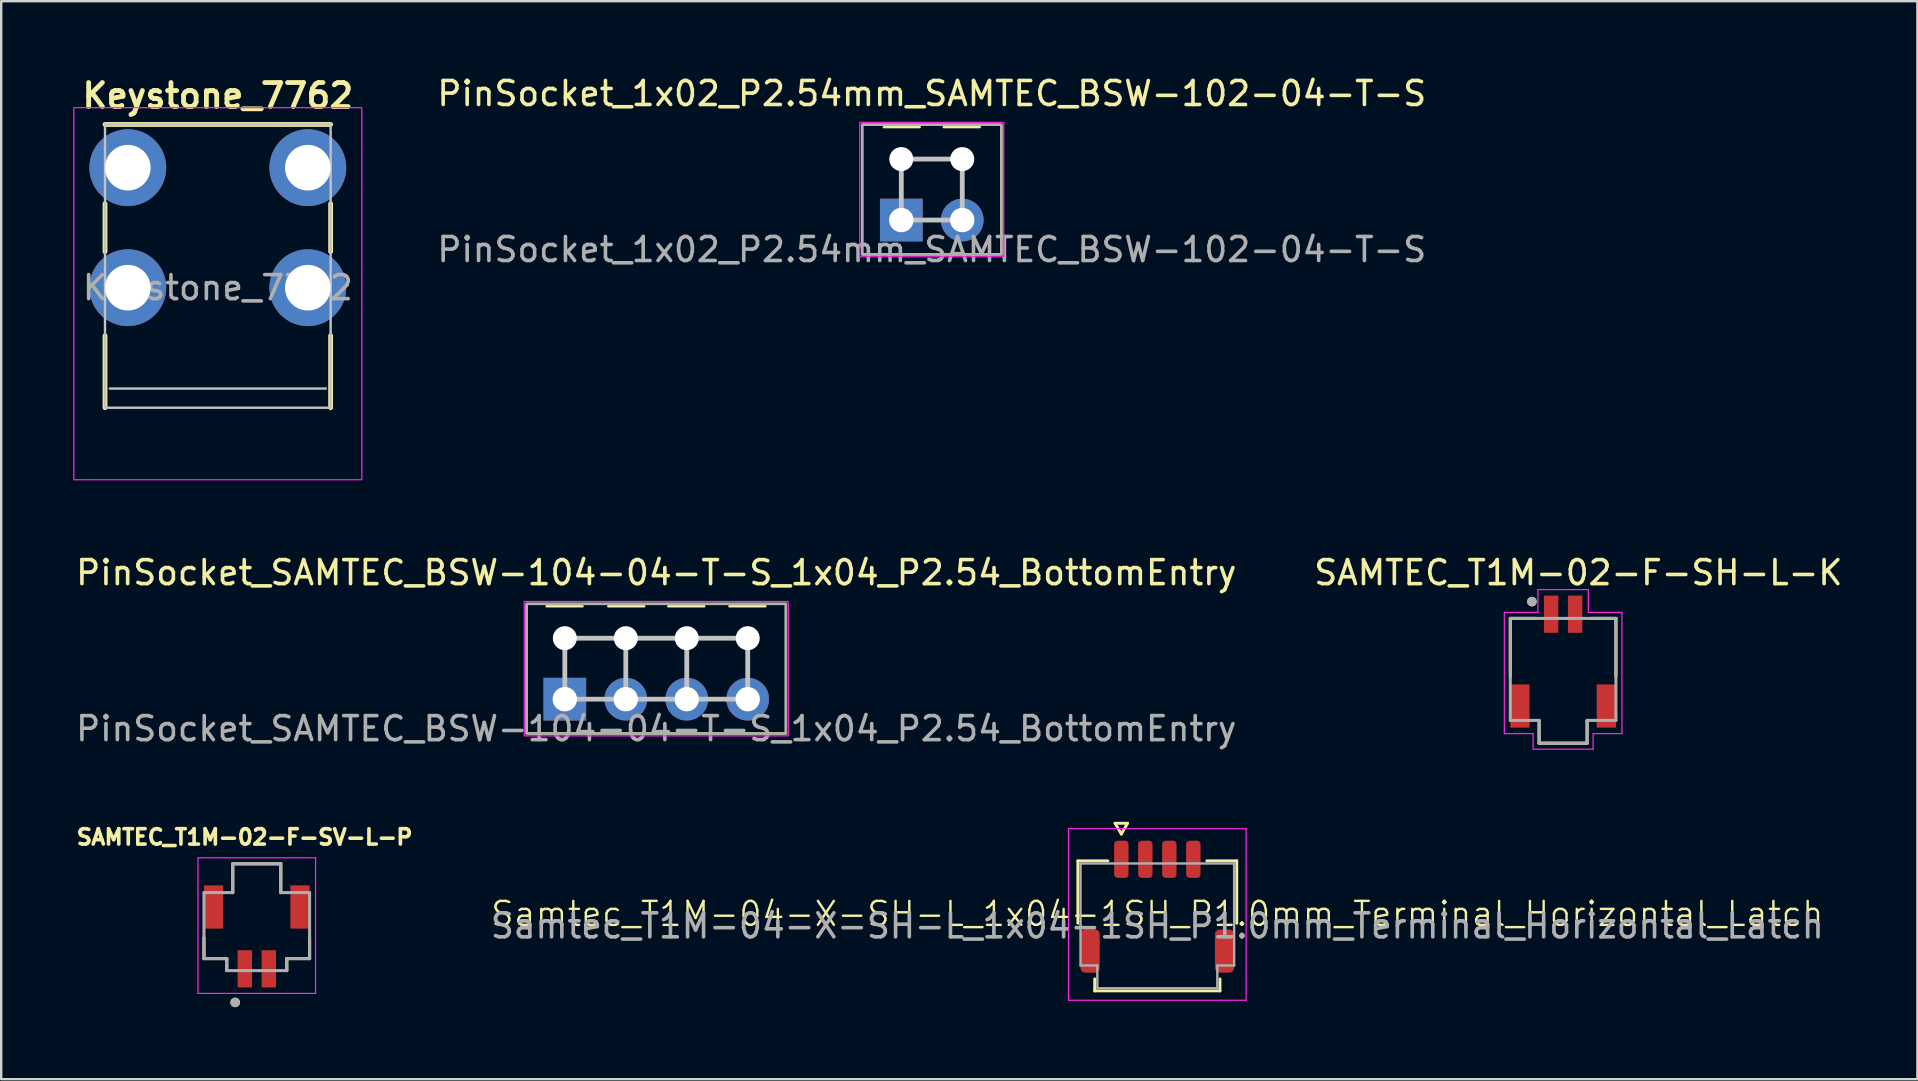
<source format=kicad_pcb>
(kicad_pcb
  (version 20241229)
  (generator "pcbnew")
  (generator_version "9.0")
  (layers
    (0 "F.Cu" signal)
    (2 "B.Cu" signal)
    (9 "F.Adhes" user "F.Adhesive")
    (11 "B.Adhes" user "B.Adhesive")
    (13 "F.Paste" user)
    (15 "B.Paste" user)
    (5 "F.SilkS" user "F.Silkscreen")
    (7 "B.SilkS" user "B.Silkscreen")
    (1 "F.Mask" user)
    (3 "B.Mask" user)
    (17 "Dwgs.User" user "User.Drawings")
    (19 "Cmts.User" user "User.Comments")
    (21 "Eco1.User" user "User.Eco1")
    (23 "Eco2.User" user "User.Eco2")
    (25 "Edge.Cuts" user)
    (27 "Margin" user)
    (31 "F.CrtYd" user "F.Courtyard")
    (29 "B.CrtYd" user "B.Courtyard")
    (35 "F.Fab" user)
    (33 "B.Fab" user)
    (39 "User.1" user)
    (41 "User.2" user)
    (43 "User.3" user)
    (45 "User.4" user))
  (footprint "PinSocket_SAMTEC_BSW-104-04-T-S_1x04_P2.54_BottomEntry"
    (layer "F.Cu")
    (at 24.292 24.809)
    (property "Reference" "PinSocket_SAMTEC_BSW-104-04-T-S_1x04_P2.54_BottomEntry" (at 0 -4 0) (unlocked yes) (layer "F.SilkS") (effects (font (size 1 1) (thickness 0.15))))
    (attr smd)
    (fp_line (start 0.5 -2.6) (end 2 -2.6) (stroke (width 0.1) (type default)) (layer "F.SilkS"))
    (fp_rect (start -5.4 -2.7) (end 5.4 2.7) (stroke (width 0.1) (type default)) (fill no) (layer "F.SilkS"))
    (fp_rect (start -4.572 -2.6) (end -3.072 -2.6) (stroke (width 0.1) (type default)) (fill no) (layer "F.SilkS"))
    (fp_rect (start -2 -2.6) (end -0.5 -2.6) (stroke (width 0.1) (type default)) (fill no) (layer "F.SilkS"))
    (fp_rect (start 3.05 -2.6) (end 4.55 -2.6) (stroke (width 0.1) (type default)) (fill no) (layer "F.SilkS"))
    (fp_line (start -3.81 -1.27) (end -1.27 -1.27) (stroke (width 0.2) (type default)) (layer "Dwgs.User"))
    (fp_line (start -3.81 1.27) (end -3.81 -1.27) (stroke (width 0.2) (type default)) (layer "Dwgs.User"))
    (fp_line (start -3.81 1.27) (end -1.27 1.27) (stroke (width 0.2) (type default)) (layer "Dwgs.User"))
    (fp_line (start -1.27 -1.27) (end 1.27 -1.27) (stroke (width 0.2) (type default)) (layer "Dwgs.User"))
    (fp_line (start -1.27 1.27) (end -1.27 -1.27) (stroke (width 0.2) (type default)) (layer "Dwgs.User"))
    (fp_line (start 1.27 -1.27) (end 1.27 1.27) (stroke (width 0.2) (type default)) (layer "Dwgs.User"))
    (fp_line (start 1.27 -1.27) (end 3.81 -1.27) (stroke (width 0.2) (type default)) (layer "Dwgs.User"))
    (fp_line (start 1.27 1.27) (end -1.27 1.27) (stroke (width 0.2) (type default)) (layer "Dwgs.User"))
    (fp_line (start 1.27 1.27) (end 3.81 1.27) (stroke (width 0.2) (type default)) (layer "Dwgs.User"))
    (fp_line (start 3.81 -1.27) (end 3.81 1.27) (stroke (width 0.2) (type default)) (layer "Dwgs.User"))
    (fp_rect (start -5.5 -2.8) (end 5.5 2.8) (stroke (width 0.05) (type default)) (fill no) (layer "F.CrtYd"))
    (fp_rect (start -5.4 -2.7) (end 5.4 2.7) (stroke (width 0.1) (type default)) (fill no) (layer "F.Fab"))
    (fp_text user "${REFERENCE}" (at 0 2.5 0) (unlocked yes) (layer "F.Fab") (effects (font (size 1 1) (thickness 0.15))))
    (pad "" np_thru_hole circle (at -3.81 -1.27) (size 1 1) (drill 1.3) (layers "*.Cu" "*.Mask"))
    (pad "" np_thru_hole circle (at -1.27 -1.27) (size 1 1) (drill 1.3) (layers "*.Cu" "*.Mask"))
    (pad "" np_thru_hole circle (at 1.27 -1.27) (size 1 1) (drill 1.3) (layers "*.Cu" "*.Mask"))
    (pad "" np_thru_hole circle (at 3.81 -1.27) (size 1 1) (drill 1.3) (layers "*.Cu" "*.Mask"))
    (pad "1" thru_hole rect (at -3.81 1.27) (size 1.778 1.778) (drill 1.016) (layers "*.Cu" "F.Mask" "F.Paste"))
    (pad "2" thru_hole circle (at -1.27 1.27) (size 1.778 1.778) (drill 1.016) (layers "*.Cu" "F.Mask" "F.Paste"))
    (pad "3" thru_hole circle (at 1.27 1.27) (size 1.778 1.778) (drill 1.016) (layers "*.Cu" "F.Mask" "F.Paste"))
    (pad "4" thru_hole circle (at 3.81 1.27) (size 1.778 1.778) (drill 1.016) (layers "*.Cu" "F.Mask" "F.Paste")))
  (footprint "SAMTEC_T1M-02-F-SH-L-K"
    (layer "F.Cu")
    (at 62.073 22.714)
    (property "Reference" "SAMTEC_T1M-02-F-SH-L-K" (at 0.635 -1.905 0) (layer "F.SilkS") (effects (font (size 1 1) (thickness 0.15))))
    (attr smd)
    (fp_line (start -2.2 0) (end -2.2 2.4) (stroke (width 0.127) (type solid)) (layer "F.SilkS"))
    (fp_line (start -1.15 0) (end -2.2 0) (stroke (width 0.127) (type solid)) (layer "F.SilkS"))
    (fp_line (start -1 4.25) (end -1 5.2) (stroke (width 0.127) (type solid)) (layer "F.SilkS"))
    (fp_line (start -1 5.2) (end 1 5.2) (stroke (width 0.127) (type solid)) (layer "F.SilkS"))
    (fp_line (start 1 5.2) (end 1 4.25) (stroke (width 0.127) (type solid)) (layer "F.SilkS"))
    (fp_line (start 1.15 0) (end 2.2 0) (stroke (width 0.127) (type solid)) (layer "F.SilkS"))
    (fp_line (start 2.2 0) (end 2.2 2.4) (stroke (width 0.127) (type solid)) (layer "F.SilkS"))
    (fp_circle (center -1.3 -0.7) (end -1.2 -0.7) (stroke (width 0.2) (type solid)) (fill no) (layer "F.SilkS"))
    (fp_line (start -2.45 -0.25) (end -1.05 -0.25) (stroke (width 0.05) (type solid)) (layer "F.CrtYd"))
    (fp_line (start -2.45 4.8) (end -2.45 -0.25) (stroke (width 0.05) (type solid)) (layer "F.CrtYd"))
    (fp_line (start -1.25 4.8) (end -2.45 4.8) (stroke (width 0.05) (type solid)) (layer "F.CrtYd"))
    (fp_line (start -1.25 5.45) (end -1.25 4.8) (stroke (width 0.05) (type solid)) (layer "F.CrtYd"))
    (fp_line (start -1.05 -1.2) (end 1.05 -1.2) (stroke (width 0.05) (type solid)) (layer "F.CrtYd"))
    (fp_line (start -1.05 -0.25) (end -1.05 -1.2) (stroke (width 0.05) (type solid)) (layer "F.CrtYd"))
    (fp_line (start 1.05 -1.2) (end 1.05 -0.25) (stroke (width 0.05) (type solid)) (layer "F.CrtYd"))
    (fp_line (start 1.05 -0.25) (end 2.45 -0.25) (stroke (width 0.05) (type solid)) (layer "F.CrtYd"))
    (fp_line (start 1.25 4.8) (end 1.25 5.45) (stroke (width 0.05) (type solid)) (layer "F.CrtYd"))
    (fp_line (start 1.25 5.45) (end -1.25 5.45) (stroke (width 0.05) (type solid)) (layer "F.CrtYd"))
    (fp_line (start 2.45 -0.25) (end 2.45 4.8) (stroke (width 0.05) (type solid)) (layer "F.CrtYd"))
    (fp_line (start 2.45 4.8) (end 1.25 4.8) (stroke (width 0.05) (type solid)) (layer "F.CrtYd"))
    (fp_line (start -2.2 0) (end 2.2 0) (stroke (width 0.127) (type solid)) (layer "F.Fab"))
    (fp_line (start -2.2 4.25) (end -2.2 0) (stroke (width 0.127) (type solid)) (layer "F.Fab"))
    (fp_line (start -1 4.25) (end -2.2 4.25) (stroke (width 0.127) (type solid)) (layer "F.Fab"))
    (fp_line (start -1 4.25) (end -1 5.2) (stroke (width 0.127) (type solid)) (layer "F.Fab"))
    (fp_line (start -1 5.2) (end 1 5.2) (stroke (width 0.127) (type solid)) (layer "F.Fab"))
    (fp_line (start 1 5.2) (end 1 4.25) (stroke (width 0.127) (type solid)) (layer "F.Fab"))
    (fp_line (start 2.2 0) (end 2.2 4.25) (stroke (width 0.127) (type solid)) (layer "F.Fab"))
    (fp_line (start 2.2 4.25) (end 1 4.25) (stroke (width 0.127) (type solid)) (layer "F.Fab"))
    (fp_circle (center -1.3 -0.7) (end -1.2 -0.7) (stroke (width 0.2) (type solid)) (fill no) (layer "F.Fab"))
    (pad "1" smd rect (at -0.5 -0.175) (size 0.6 1.55) (layers "F.Cu" "F.Mask" "F.Paste"))
    (pad "2" smd rect (at 0.5 -0.175) (size 0.6 1.55) (layers "F.Cu" "F.Mask" "F.Paste"))
    (pad "SH" smd rect (at -1.8 3.65) (size 0.8 1.8) (layers "F.Cu" "F.Mask" "F.Paste"))
    (pad "SH" smd rect (at 1.8 3.65) (size 0.8 1.8) (layers "F.Cu" "F.Mask" "F.Paste")))
  (footprint "Keystone_7762"
    (layer "F.Cu")
    (at 6.025 6.436)
    (property "Reference" "Keystone_7762" (at 0 -5.5 0) (unlocked yes) (layer "F.SilkS") (effects (font (size 1 1) (thickness 0.2) (bold yes))))
    (attr through_hole)
    (fp_line (start -4.7 -4.3) (end 4.7 -4.3) (stroke (width 0.2) (type default)) (layer "F.SilkS"))
    (fp_line (start -4.7 -1) (end -4.7 1) (stroke (width 0.2) (type default)) (layer "F.SilkS"))
    (fp_line (start -4.7 4.5) (end -4.7 7.5) (stroke (width 0.2) (type default)) (layer "F.SilkS"))
    (fp_line (start 4.7 -1) (end 4.7 1) (stroke (width 0.2) (type default)) (layer "F.SilkS"))
    (fp_line (start 4.7 4.5) (end 4.7 7.5) (stroke (width 0.2) (type default)) (layer "F.SilkS"))
    (fp_line (start -4.5 6.7) (end 4.5 6.7) (stroke (width 0.1) (type default)) (layer "Dwgs.User"))
    (fp_rect (start -4.7 -4.3) (end 4.7 7.5) (stroke (width 0.1) (type default)) (fill no) (layer "Dwgs.User"))
    (fp_rect (start -6 -5) (end 6 10.5) (stroke (width 0.05) (type default)) (fill no) (layer "F.CrtYd"))
    (fp_text user "${REFERENCE}" (at 0 2.5 0) (unlocked yes) (layer "F.Fab") (effects (font (size 1 1) (thickness 0.15))))
    (pad "1" thru_hole circle (at -3.75 -2.5) (size 3.2 3.2) (drill 1.9) (layers "*.Cu" "*.Mask"))
    (pad "1" thru_hole circle (at -3.75 2.5) (size 3.2 3.2) (drill 1.9) (layers "*.Cu" "*.Mask"))
    (pad "1" thru_hole circle (at 3.75 -2.5) (size 3.2 3.2) (drill 1.9) (layers "*.Cu" "*.Mask"))
    (pad "1" thru_hole circle (at 3.75 2.5) (size 3.2 3.2) (drill 1.9) (layers "*.Cu" "*.Mask")))
  (footprint "PinSocket_1x02_P2.54mm_SAMTEC_BSW-102-04-T-S"
    (layer "F.Cu")
    (at 35.77 4.848)
    (property "Reference" "PinSocket_1x02_P2.54mm_SAMTEC_BSW-102-04-T-S" (at 0 -4 0) (unlocked yes) (layer "F.SilkS") (effects (font (size 1 1) (thickness 0.15))))
    (attr smd)
    (fp_line (start 0.5 -2.6) (end 2 -2.6) (stroke (width 0.1) (type default)) (layer "F.SilkS"))
    (fp_rect (start -2.9 -2.7) (end 2.9 2.7) (stroke (width 0.1) (type default)) (fill no) (layer "F.SilkS"))
    (fp_rect (start -2 -2.6) (end -0.5 -2.6) (stroke (width 0.1) (type default)) (fill no) (layer "F.SilkS"))
    (fp_line (start -1.27 -1.27) (end 1.27 -1.27) (stroke (width 0.2) (type default)) (layer "Dwgs.User"))
    (fp_line (start -1.27 1.27) (end -1.27 -1.27) (stroke (width 0.2) (type default)) (layer "Dwgs.User"))
    (fp_line (start 1.27 -1.27) (end 1.27 1.27) (stroke (width 0.2) (type default)) (layer "Dwgs.User"))
    (fp_line (start 1.27 1.27) (end -1.27 1.27) (stroke (width 0.2) (type default)) (layer "Dwgs.User"))
    (fp_rect (start -3 -2.8) (end 3 2.8) (stroke (width 0.05) (type default)) (fill no) (layer "F.CrtYd"))
    (fp_rect (start -2.9 -2.7) (end 2.9 2.7) (stroke (width 0.1) (type default)) (fill no) (layer "F.Fab"))
    (fp_text user "${REFERENCE}" (at 0 2.5 0) (unlocked yes) (layer "F.Fab") (effects (font (size 1 1) (thickness 0.15))))
    (pad "" np_thru_hole circle (at -1.27 -1.27) (size 1 1) (drill 1.3) (layers "*.Cu" "*.Mask"))
    (pad "" np_thru_hole circle (at 1.27 -1.27) (size 1 1) (drill 1.3) (layers "*.Cu" "*.Mask"))
    (pad "1" thru_hole rect (at -1.27 1.27) (size 1.778 1.778) (drill 1.016) (layers "*.Cu" "F.Mask" "F.Paste"))
    (pad "2" thru_hole circle (at 1.27 1.27) (size 1.778 1.778) (drill 1.016) (layers "*.Cu" "F.Mask" "F.Paste")))
  (footprint "Samtec_T1M-04-X-SH-L_1x04-1SH_P1.0mm_Terminal_Horizontal_Latch"
    (layer "F.Cu")
    (at 45.167 35.524)
    (property "Reference" "Samtec_T1M-04-X-SH-L_1x04-1SH_P1.0mm_Terminal_Horizontal_Latch" (at 0 -0.5 0) (unlocked yes) (layer "F.SilkS") (effects (font (size 1 1) (thickness 0.1))))
    (attr smd)
    (fp_line (start -3.31 -2.71) (end -2.06 -2.71) (stroke (width 0.12) (type solid)) (layer "F.SilkS"))
    (fp_line (start -3.31 -0.11) (end -3.31 -2.71) (stroke (width 0.12) (type solid)) (layer "F.SilkS"))
    (fp_line (start -2.61 2.71) (end -2.61 2.21) (stroke (width 0.12) (type solid)) (layer "F.SilkS"))
    (fp_line (start -1.76 -4.275) (end -1.5 -3.825) (stroke (width 0.12) (type solid)) (layer "F.SilkS"))
    (fp_line (start -1.5 -3.825) (end -1.24 -4.275) (stroke (width 0.12) (type solid)) (layer "F.SilkS"))
    (fp_line (start -1.24 -4.275) (end -1.76 -4.275) (stroke (width 0.12) (type solid)) (layer "F.SilkS"))
    (fp_line (start 2.06 -2.71) (end 3.31 -2.71) (stroke (width 0.12) (type solid)) (layer "F.SilkS"))
    (fp_line (start 2.61 2.21) (end 2.61 2.71) (stroke (width 0.12) (type solid)) (layer "F.SilkS"))
    (fp_line (start 2.61 2.71) (end -2.61 2.71) (stroke (width 0.12) (type solid)) (layer "F.SilkS"))
    (fp_line (start 3.31 -2.71) (end 3.31 -0.11) (stroke (width 0.12) (type solid)) (layer "F.SilkS"))
    (fp_line (start -3.7 -4.05) (end -3.7 3.1) (stroke (width 0.05) (type solid)) (layer "F.CrtYd"))
    (fp_line (start -3.7 3.1) (end 3.7 3.1) (stroke (width 0.05) (type solid)) (layer "F.CrtYd"))
    (fp_line (start 3.7 -4.05) (end -3.7 -4.05) (stroke (width 0.05) (type solid)) (layer "F.CrtYd"))
    (fp_line (start 3.7 3.1) (end 3.7 -4.05) (stroke (width 0.05) (type solid)) (layer "F.CrtYd"))
    (fp_line (start -3.2 -2.6) (end 3.2 -2.6) (stroke (width 0.1) (type solid)) (layer "F.Fab"))
    (fp_line (start -3.2 1.65) (end -3.2 -2.6) (stroke (width 0.1) (type solid)) (layer "F.Fab"))
    (fp_line (start -2.5 1.65) (end -3.2 1.65) (stroke (width 0.1) (type solid)) (layer "F.Fab"))
    (fp_line (start -2.5 2.6) (end -2.5 1.65) (stroke (width 0.1) (type solid)) (layer "F.Fab"))
    (fp_line (start 2.5 1.65) (end 2.5 2.6) (stroke (width 0.1) (type solid)) (layer "F.Fab"))
    (fp_line (start 2.5 2.6) (end -2.5 2.6) (stroke (width 0.1) (type solid)) (layer "F.Fab"))
    (fp_line (start 3.2 -2.6) (end 3.2 1.65) (stroke (width 0.1) (type solid)) (layer "F.Fab"))
    (fp_line (start 3.2 1.65) (end 2.5 1.65) (stroke (width 0.1) (type solid)) (layer "F.Fab"))
    (fp_text user "${REFERENCE}" (at 0 0 0) (layer "F.Fab") (effects (font (size 1 1) (thickness 0.15))))
    (pad "1" smd roundrect (at -1.5 -2.775) (size 0.6 1.55) (layers "F.Cu" "F.Mask" "F.Paste") (roundrect_rratio 0.25))
    (pad "2" smd roundrect (at -0.5 -2.775) (size 0.6 1.55) (layers "F.Cu" "F.Mask" "F.Paste") (roundrect_rratio 0.25))
    (pad "3" smd roundrect (at 0.5 -2.775) (size 0.6 1.55) (layers "F.Cu" "F.Mask" "F.Paste") (roundrect_rratio 0.25))
    (pad "4" smd roundrect (at 1.5 -2.775) (size 0.6 1.55) (layers "F.Cu" "F.Mask" "F.Paste") (roundrect_rratio 0.25))
    (pad "SH" smd roundrect (at -2.8 1.05) (size 0.8 1.8) (layers "F.Cu" "F.Mask" "F.Paste") (roundrect_rratio 0.25))
    (pad "SH" smd roundrect (at 2.8 1.05) (size 0.8 1.8) (layers "F.Cu" "F.Mask" "F.Paste") (roundrect_rratio 0.25)))
  (footprint "SAMTEC_T1M-02-F-SV-L-P"
    (layer "F.Cu")
    (at 7.648 37.313)
    (property "Reference" "SAMTEC_T1M-02-F-SV-L-P" (at -0.508 -5.486 0) (layer "F.SilkS") (effects (font (size 0.64 0.64) (thickness 0.15))))
    (attr smd)
    (fp_line (start -2.2 -1.3) (end -2.2 -0.425) (stroke (width 0.127) (type solid)) (layer "F.SilkS"))
    (fp_line (start -1.25 -0.425) (end -2.2 -0.425) (stroke (width 0.127) (type solid)) (layer "F.SilkS"))
    (fp_line (start -1.25 0.075) (end -1.25 -0.425) (stroke (width 0.127) (type solid)) (layer "F.SilkS"))
    (fp_line (start -1 -4.375) (end 1 -4.375) (stroke (width 0.127) (type solid)) (layer "F.SilkS"))
    (fp_line (start -1 -3.175) (end -1 -4.375) (stroke (width 0.127) (type solid)) (layer "F.SilkS"))
    (fp_line (start 1 -3.175) (end 1 -4.375) (stroke (width 0.127) (type solid)) (layer "F.SilkS"))
    (fp_line (start 1.25 0.075) (end 1.25 -0.425) (stroke (width 0.127) (type solid)) (layer "F.SilkS"))
    (fp_line (start 2.2 -1.3) (end 2.2 -0.425) (stroke (width 0.127) (type solid)) (layer "F.SilkS"))
    (fp_line (start 2.2 -0.425) (end 1.25 -0.425) (stroke (width 0.127) (type solid)) (layer "F.SilkS"))
    (fp_circle (center -0.9 1.4) (end -0.8 1.4) (stroke (width 0.2) (type solid)) (fill no) (layer "F.SilkS"))
    (fp_line (start -2.45 -4.625) (end 2.45 -4.625) (stroke (width 0.05) (type solid)) (layer "F.CrtYd"))
    (fp_line (start -2.45 1.025) (end -2.45 -4.625) (stroke (width 0.05) (type solid)) (layer "F.CrtYd"))
    (fp_line (start 2.45 -4.625) (end 2.45 1.025) (stroke (width 0.05) (type solid)) (layer "F.CrtYd"))
    (fp_line (start 2.45 1.025) (end -2.45 1.025) (stroke (width 0.05) (type solid)) (layer "F.CrtYd"))
    (fp_line (start -2.2 -3.175) (end -1 -3.175) (stroke (width 0.127) (type solid)) (layer "F.Fab"))
    (fp_line (start -2.2 -0.425) (end -2.2 -3.175) (stroke (width 0.127) (type solid)) (layer "F.Fab"))
    (fp_line (start -1.25 -0.425) (end -2.2 -0.425) (stroke (width 0.127) (type solid)) (layer "F.Fab"))
    (fp_line (start -1.25 0.075) (end -1.25 -0.425) (stroke (width 0.127) (type solid)) (layer "F.Fab"))
    (fp_line (start -1 -4.375) (end 1 -4.375) (stroke (width 0.127) (type solid)) (layer "F.Fab"))
    (fp_line (start -1 -3.175) (end -1 -4.375) (stroke (width 0.127) (type solid)) (layer "F.Fab"))
    (fp_line (start 1 -4.375) (end 1 -3.175) (stroke (width 0.127) (type solid)) (layer "F.Fab"))
    (fp_line (start 1 -3.175) (end 2.2 -3.175) (stroke (width 0.127) (type solid)) (layer "F.Fab"))
    (fp_line (start 1.25 -0.425) (end 1.25 0.075) (stroke (width 0.127) (type solid)) (layer "F.Fab"))
    (fp_line (start 1.25 0.075) (end -1.25 0.075) (stroke (width 0.127) (type solid)) (layer "F.Fab"))
    (fp_line (start 2.2 -3.175) (end 2.2 -0.425) (stroke (width 0.127) (type solid)) (layer "F.Fab"))
    (fp_line (start 2.2 -0.425) (end 1.25 -0.425) (stroke (width 0.127) (type solid)) (layer "F.Fab"))
    (fp_circle (center -0.9 1.4) (end -0.8 1.4) (stroke (width 0.2) (type solid)) (fill no) (layer "F.Fab"))
    (pad "1" smd rect (at -0.5 0) (size 0.6 1.55) (layers "F.Cu" "F.Mask" "F.Paste"))
    (pad "2" smd rect (at 0.5 0) (size 0.6 1.55) (layers "F.Cu" "F.Mask" "F.Paste"))
    (pad "SH" smd rect (at -1.8 -2.575) (size 0.8 1.8) (layers "F.Cu" "F.Mask" "F.Paste"))
    (pad "SH" smd rect (at 1.8 -2.575) (size 0.8 1.8) (layers "F.Cu" "F.Mask" "F.Paste")))
  (gr_rect
    (start -3 -3)
    (end 76.833 41.913)
    (stroke (width 0.1) (type default))
    (fill no)
    (layer "Edge.Cuts")))
</source>
